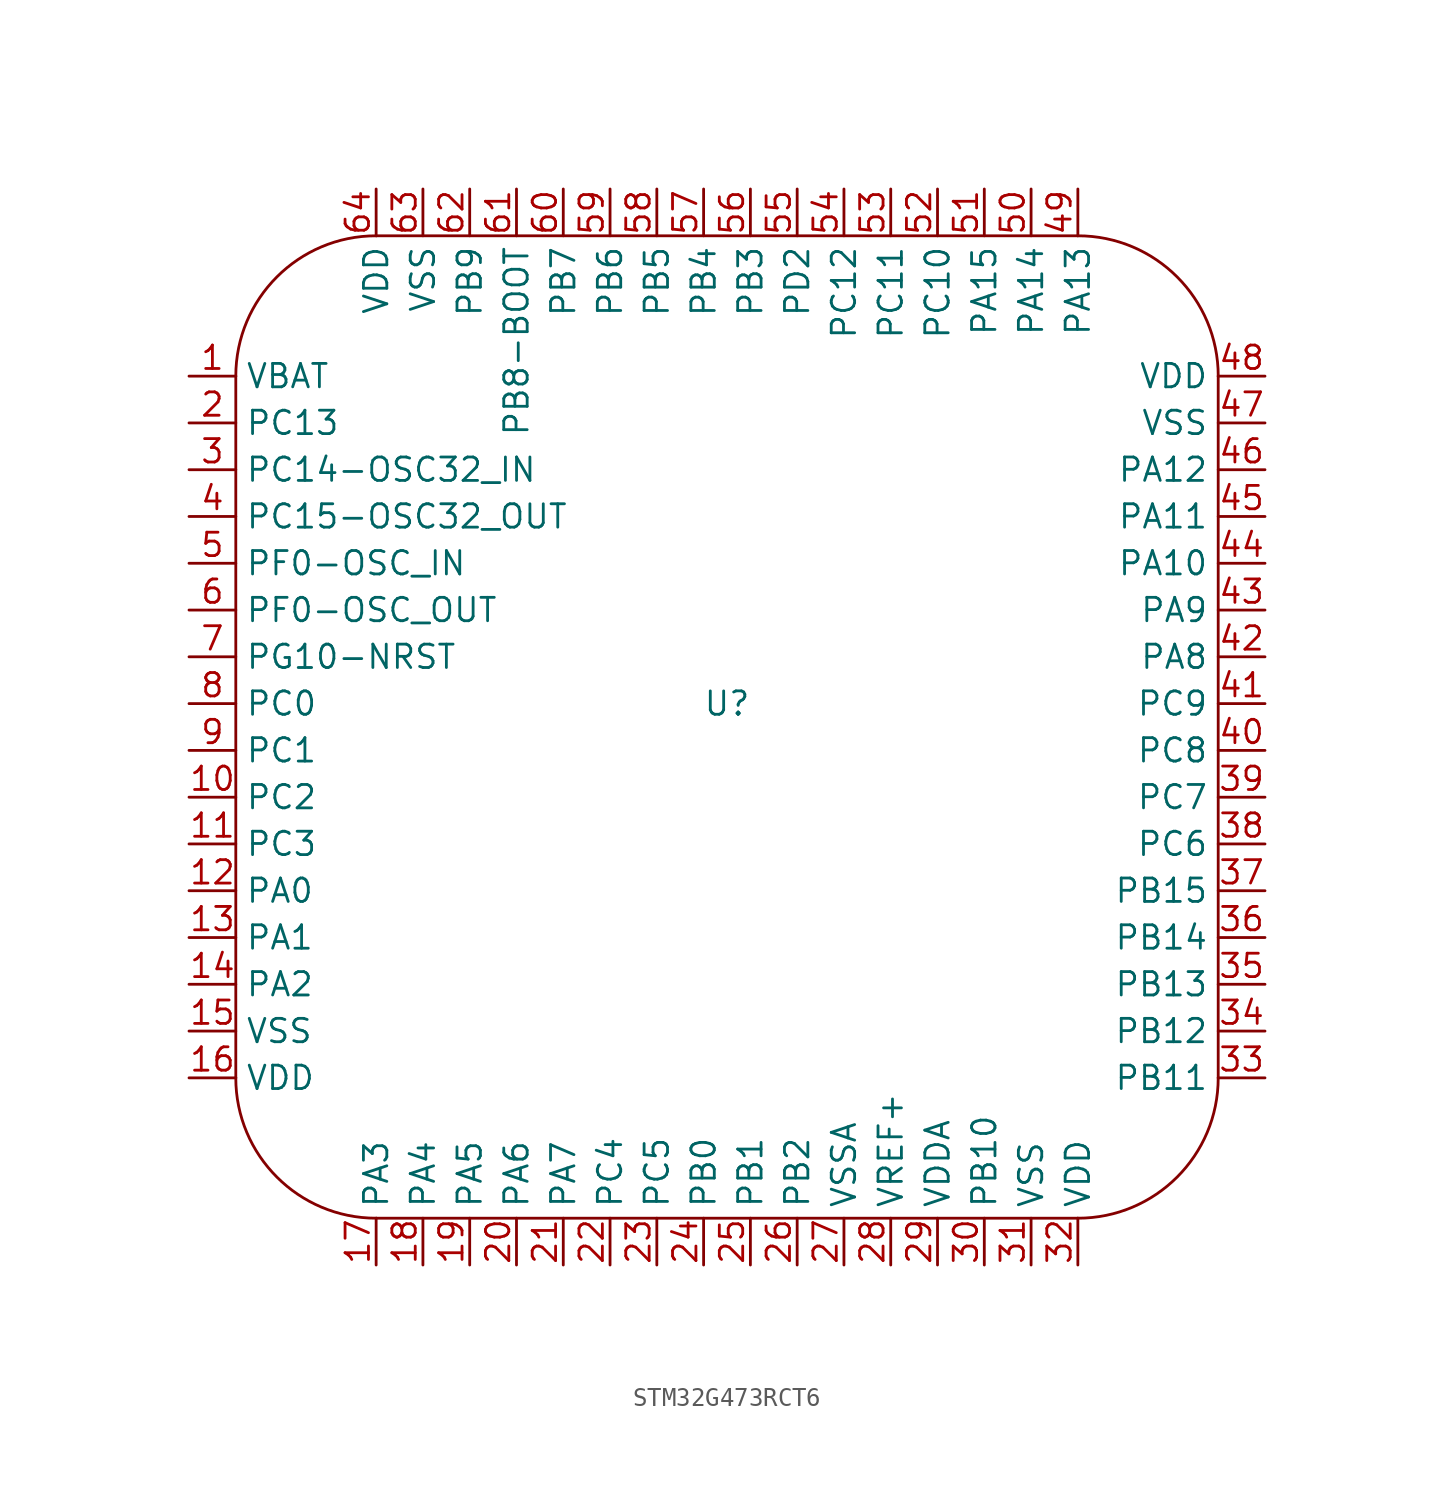
<source format=kicad_sym>
(kicad_symbol_lib
  (version 20231120)
  (generator "kicad_symbol_editor")
  (generator_version "8.0")
  (symbol "STM32G473RCT6"
    (property "Reference" "U"
      (at 0 0 0)
      (effects (font (size 1.27 1.27))))
    (property "Value" ""
      (at -26.67 17.78 0)
      (effects (font (size 1.27 1.27))))
    (symbol "STM32G473RCT6_0_1"
      (arc (start -26.67 -20.32) (mid -24.4382 -25.7082) (end -19.05 -27.94) (stroke (width 0) (type default)) (fill (type none)))
      (arc (start -19.05 25.4) (mid -24.4382 23.1682) (end -26.67 17.78) (stroke (width 0) (type default)) (fill (type none)))
      (polyline (pts (xy -26.67 17.78) (xy -26.67 -20.32)) (stroke (width 0) (type default)) (fill (type none)))
      (polyline (pts (xy -19.05 25.4) (xy 19.05 25.4)) (stroke (width 0) (type default)) (fill (type none)))
      (polyline (pts (xy 19.05 -27.94) (xy -19.05 -27.94)) (stroke (width 0) (type default)) (fill (type none)))
      (polyline (pts (xy 26.67 17.78) (xy 26.67 -20.32)) (stroke (width 0) (type default)) (fill (type none)))
      (arc (start 19.05 -27.94) (mid 24.4382 -25.7082) (end 26.67 -20.32) (stroke (width 0) (type default)) (fill (type none)))
      (arc (start 26.67 17.78) (mid 24.4382 23.1682) (end 19.05 25.4) (stroke (width 0) (type default)) (fill (type none))))
    (symbol "STM32G473RCT6_1_1"
      (pin input line (at -29.21 17.78 0) (length 2.54) (name "VBAT" (effects (font (size 1.27 1.27)))) (number "1" (effects (font (size 1.27 1.27)))))
      (pin input line (at -29.21 -5.08 0) (length 2.54) (name "PC2" (effects (font (size 1.27 1.27)))) (number "10" (effects (font (size 1.27 1.27)))))
      (pin input line (at -29.21 -7.62 0) (length 2.54) (name "PC3" (effects (font (size 1.27 1.27)))) (number "11" (effects (font (size 1.27 1.27)))))
      (pin input line (at -29.21 -10.16 0) (length 2.54) (name "PA0" (effects (font (size 1.27 1.27)))) (number "12" (effects (font (size 1.27 1.27)))))
      (pin input line (at -29.21 -12.7 0) (length 2.54) (name "PA1" (effects (font (size 1.27 1.27)))) (number "13" (effects (font (size 1.27 1.27)))))
      (pin input line (at -29.21 -15.24 0) (length 2.54) (name "PA2" (effects (font (size 1.27 1.27)))) (number "14" (effects (font (size 1.27 1.27)))))
      (pin input line (at -29.21 -17.78 0) (length 2.54) (name "VSS" (effects (font (size 1.27 1.27)))) (number "15" (effects (font (size 1.27 1.27)))))
      (pin input line (at -29.21 -20.32 0) (length 2.54) (name "VDD" (effects (font (size 1.27 1.27)))) (number "16" (effects (font (size 1.27 1.27)))))
      (pin input line (at -19.05 -30.48 90) (length 2.54) (name "PA3" (effects (font (size 1.27 1.27)))) (number "17" (effects (font (size 1.27 1.27)))))
      (pin input line (at -16.51 -30.48 90) (length 2.54) (name "PA4" (effects (font (size 1.27 1.27)))) (number "18" (effects (font (size 1.27 1.27)))))
      (pin input line (at -13.97 -30.48 90) (length 2.54) (name "PA5" (effects (font (size 1.27 1.27)))) (number "19" (effects (font (size 1.27 1.27)))))
      (pin input line (at -29.21 15.24 0) (length 2.54) (name "PC13" (effects (font (size 1.27 1.27)))) (number "2" (effects (font (size 1.27 1.27)))))
      (pin input line (at -11.43 -30.48 90) (length 2.54) (name "PA6" (effects (font (size 1.27 1.27)))) (number "20" (effects (font (size 1.27 1.27)))))
      (pin input line (at -8.89 -30.48 90) (length 2.54) (name "PA7" (effects (font (size 1.27 1.27)))) (number "21" (effects (font (size 1.27 1.27)))))
      (pin input line (at -6.35 -30.48 90) (length 2.54) (name "PC4" (effects (font (size 1.27 1.27)))) (number "22" (effects (font (size 1.27 1.27)))))
      (pin input line (at -3.81 -30.48 90) (length 2.54) (name "PC5" (effects (font (size 1.27 1.27)))) (number "23" (effects (font (size 1.27 1.27)))))
      (pin input line (at -1.27 -30.48 90) (length 2.54) (name "PB0" (effects (font (size 1.27 1.27)))) (number "24" (effects (font (size 1.27 1.27)))))
      (pin input line (at 1.27 -30.48 90) (length 2.54) (name "PB1" (effects (font (size 1.27 1.27)))) (number "25" (effects (font (size 1.27 1.27)))))
      (pin input line (at 3.81 -30.48 90) (length 2.54) (name "PB2" (effects (font (size 1.27 1.27)))) (number "26" (effects (font (size 1.27 1.27)))))
      (pin input line (at 6.35 -30.48 90) (length 2.54) (name "VSSA" (effects (font (size 1.27 1.27)))) (number "27" (effects (font (size 1.27 1.27)))))
      (pin input line (at 8.89 -30.48 90) (length 2.54) (name "VREF+" (effects (font (size 1.27 1.27)))) (number "28" (effects (font (size 1.27 1.27)))))
      (pin input line (at 11.43 -30.48 90) (length 2.54) (name "VDDA" (effects (font (size 1.27 1.27)))) (number "29" (effects (font (size 1.27 1.27)))))
      (pin input line (at -29.21 12.7 0) (length 2.54) (name "PC14-OSC32_IN" (effects (font (size 1.27 1.27)))) (number "3" (effects (font (size 1.27 1.27)))))
      (pin input line (at 13.97 -30.48 90) (length 2.54) (name "PB10" (effects (font (size 1.27 1.27)))) (number "30" (effects (font (size 1.27 1.27)))))
      (pin input line (at 16.51 -30.48 90) (length 2.54) (name "VSS" (effects (font (size 1.27 1.27)))) (number "31" (effects (font (size 1.27 1.27)))))
      (pin input line (at 19.05 -30.48 90) (length 2.54) (name "VDD" (effects (font (size 1.27 1.27)))) (number "32" (effects (font (size 1.27 1.27)))))
      (pin input line (at 29.21 -20.32 180) (length 2.54) (name "PB11" (effects (font (size 1.27 1.27)))) (number "33" (effects (font (size 1.27 1.27)))))
      (pin input line (at 29.21 -17.78 180) (length 2.54) (name "PB12" (effects (font (size 1.27 1.27)))) (number "34" (effects (font (size 1.27 1.27)))))
      (pin input line (at 29.21 -15.24 180) (length 2.54) (name "PB13" (effects (font (size 1.27 1.27)))) (number "35" (effects (font (size 1.27 1.27)))))
      (pin input line (at 29.21 -12.7 180) (length 2.54) (name "PB14" (effects (font (size 1.27 1.27)))) (number "36" (effects (font (size 1.27 1.27)))))
      (pin input line (at 29.21 -10.16 180) (length 2.54) (name "PB15" (effects (font (size 1.27 1.27)))) (number "37" (effects (font (size 1.27 1.27)))))
      (pin input line (at 29.21 -7.62 180) (length 2.54) (name "PC6" (effects (font (size 1.27 1.27)))) (number "38" (effects (font (size 1.27 1.27)))))
      (pin input line (at 29.21 -5.08 180) (length 2.54) (name "PC7" (effects (font (size 1.27 1.27)))) (number "39" (effects (font (size 1.27 1.27)))))
      (pin input line (at -29.21 10.16 0) (length 2.54) (name "PC15-OSC32_OUT" (effects (font (size 1.27 1.27)))) (number "4" (effects (font (size 1.27 1.27)))))
      (pin input line (at 29.21 -2.54 180) (length 2.54) (name "PC8" (effects (font (size 1.27 1.27)))) (number "40" (effects (font (size 1.27 1.27)))))
      (pin input line (at 29.21 0 180) (length 2.54) (name "PC9" (effects (font (size 1.27 1.27)))) (number "41" (effects (font (size 1.27 1.27)))))
      (pin input line (at 29.21 2.54 180) (length 2.54) (name "PA8" (effects (font (size 1.27 1.27)))) (number "42" (effects (font (size 1.27 1.27)))))
      (pin input line (at 29.21 5.08 180) (length 2.54) (name "PA9" (effects (font (size 1.27 1.27)))) (number "43" (effects (font (size 1.27 1.27)))))
      (pin input line (at 29.21 7.62 180) (length 2.54) (name "PA10" (effects (font (size 1.27 1.27)))) (number "44" (effects (font (size 1.27 1.27)))))
      (pin input line (at 29.21 10.16 180) (length 2.54) (name "PA11" (effects (font (size 1.27 1.27)))) (number "45" (effects (font (size 1.27 1.27)))))
      (pin input line (at 29.21 12.7 180) (length 2.54) (name "PA12" (effects (font (size 1.27 1.27)))) (number "46" (effects (font (size 1.27 1.27)))))
      (pin input line (at 29.21 15.24 180) (length 2.54) (name "VSS" (effects (font (size 1.27 1.27)))) (number "47" (effects (font (size 1.27 1.27)))))
      (pin input line (at 29.21 17.78 180) (length 2.54) (name "VDD" (effects (font (size 1.27 1.27)))) (number "48" (effects (font (size 1.27 1.27)))))
      (pin input line (at 19.05 27.94 270) (length 2.54) (name "PA13" (effects (font (size 1.27 1.27)))) (number "49" (effects (font (size 1.27 1.27)))))
      (pin input line (at -29.21 7.62 0) (length 2.54) (name "PF0-OSC_IN" (effects (font (size 1.27 1.27)))) (number "5" (effects (font (size 1.27 1.27)))))
      (pin input line (at 16.51 27.94 270) (length 2.54) (name "PA14" (effects (font (size 1.27 1.27)))) (number "50" (effects (font (size 1.27 1.27)))))
      (pin input line (at 13.97 27.94 270) (length 2.54) (name "PA15" (effects (font (size 1.27 1.27)))) (number "51" (effects (font (size 1.27 1.27)))))
      (pin input line (at 11.43 27.94 270) (length 2.54) (name "PC10" (effects (font (size 1.27 1.27)))) (number "52" (effects (font (size 1.27 1.27)))))
      (pin input line (at 8.89 27.94 270) (length 2.54) (name "PC11" (effects (font (size 1.27 1.27)))) (number "53" (effects (font (size 1.27 1.27)))))
      (pin input line (at 6.35 27.94 270) (length 2.54) (name "PC12" (effects (font (size 1.27 1.27)))) (number "54" (effects (font (size 1.27 1.27)))))
      (pin input line (at 3.81 27.94 270) (length 2.54) (name "PD2" (effects (font (size 1.27 1.27)))) (number "55" (effects (font (size 1.27 1.27)))))
      (pin input line (at 1.27 27.94 270) (length 2.54) (name "PB3" (effects (font (size 1.27 1.27)))) (number "56" (effects (font (size 1.27 1.27)))))
      (pin input line (at -1.27 27.94 270) (length 2.54) (name "PB4" (effects (font (size 1.27 1.27)))) (number "57" (effects (font (size 1.27 1.27)))))
      (pin input line (at -3.81 27.94 270) (length 2.54) (name "PB5" (effects (font (size 1.27 1.27)))) (number "58" (effects (font (size 1.27 1.27)))))
      (pin input line (at -6.35 27.94 270) (length 2.54) (name "PB6" (effects (font (size 1.27 1.27)))) (number "59" (effects (font (size 1.27 1.27)))))
      (pin input line (at -29.21 5.08 0) (length 2.54) (name "PF0-OSC_OUT" (effects (font (size 1.27 1.27)))) (number "6" (effects (font (size 1.27 1.27)))))
      (pin input line (at -8.89 27.94 270) (length 2.54) (name "PB7" (effects (font (size 1.27 1.27)))) (number "60" (effects (font (size 1.27 1.27)))))
      (pin input line (at -11.43 27.94 270) (length 2.54) (name "PB8-BOOT" (effects (font (size 1.27 1.27)))) (number "61" (effects (font (size 1.27 1.27)))))
      (pin input line (at -13.97 27.94 270) (length 2.54) (name "PB9" (effects (font (size 1.27 1.27)))) (number "62" (effects (font (size 1.27 1.27)))))
      (pin input line (at -16.51 27.94 270) (length 2.54) (name "VSS" (effects (font (size 1.27 1.27)))) (number "63" (effects (font (size 1.27 1.27)))))
      (pin input line (at -19.05 27.94 270) (length 2.54) (name "VDD" (effects (font (size 1.27 1.27)))) (number "64" (effects (font (size 1.27 1.27)))))
      (pin input line (at -29.21 2.54 0) (length 2.54) (name "PG10-NRST" (effects (font (size 1.27 1.27)))) (number "7" (effects (font (size 1.27 1.27)))))
      (pin input line (at -29.21 0 0) (length 2.54) (name "PC0" (effects (font (size 1.27 1.27)))) (number "8" (effects (font (size 1.27 1.27)))))
      (pin input line (at -29.21 -2.54 0) (length 2.54) (name "PC1" (effects (font (size 1.27 1.27)))) (number "9" (effects (font (size 1.27 1.27))))))))
</source>
